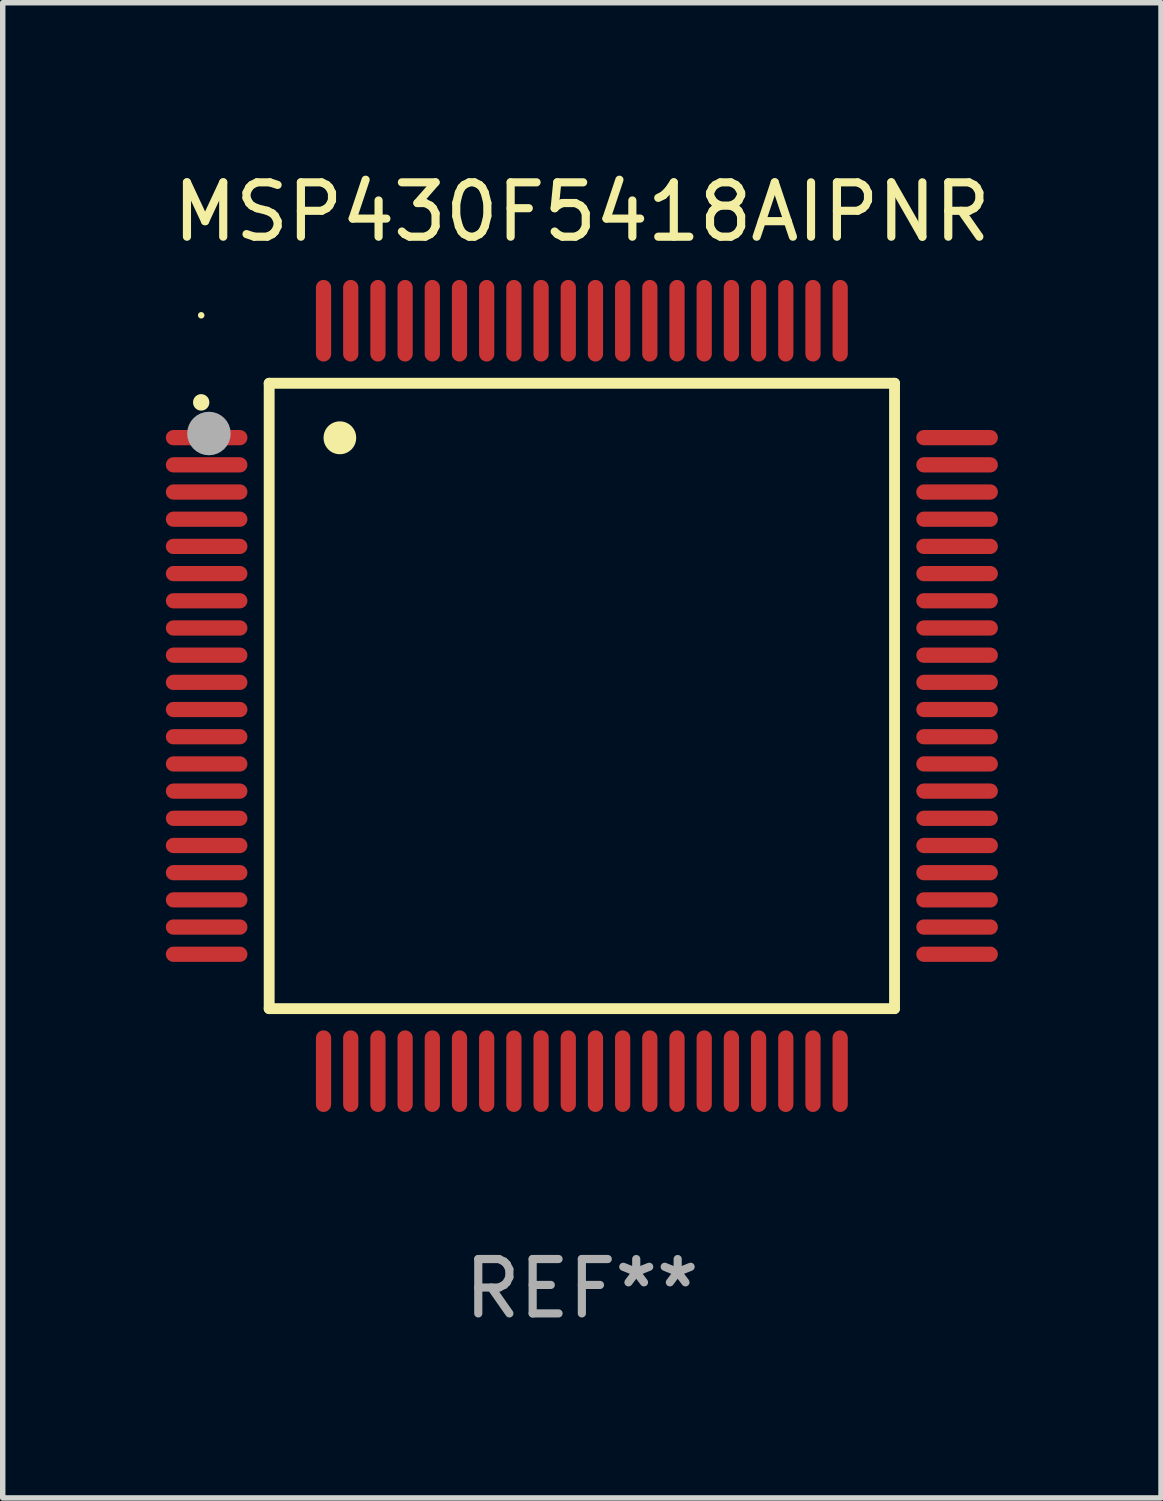
<source format=kicad_pcb>
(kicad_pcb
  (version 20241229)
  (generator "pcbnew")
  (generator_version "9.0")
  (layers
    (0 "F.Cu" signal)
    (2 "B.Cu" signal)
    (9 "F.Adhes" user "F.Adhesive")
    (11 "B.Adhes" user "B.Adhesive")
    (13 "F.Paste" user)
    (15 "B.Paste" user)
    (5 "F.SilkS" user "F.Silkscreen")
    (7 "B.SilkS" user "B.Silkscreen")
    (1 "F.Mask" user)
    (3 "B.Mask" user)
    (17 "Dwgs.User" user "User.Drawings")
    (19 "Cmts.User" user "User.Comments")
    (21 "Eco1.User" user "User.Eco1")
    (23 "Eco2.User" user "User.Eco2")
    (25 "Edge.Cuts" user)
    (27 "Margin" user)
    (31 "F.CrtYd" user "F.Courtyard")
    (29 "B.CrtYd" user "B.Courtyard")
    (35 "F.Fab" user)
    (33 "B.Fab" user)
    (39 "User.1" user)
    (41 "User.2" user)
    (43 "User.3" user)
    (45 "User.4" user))
  (footprint "MSP430F5418AIPNR"
    (layer "F.Cu")
    (at 7.65 9.748)
    (property "Reference" "MSP430F5418AIPNR" (at 0 -8.9 0) (layer "F.SilkS") (effects (font (size 1 1) (thickness 0.15))))
    (attr through_hole)
    (fp_line (start -5.75 -5.75) (end 5.75 -5.75) (stroke (width 0.2) (type solid)) (layer "F.SilkS"))
    (fp_line (start -5.75 5.75) (end -5.75 -5.75) (stroke (width 0.2) (type solid)) (layer "F.SilkS"))
    (fp_line (start 5.75 -5.75) (end 5.75 5.75) (stroke (width 0.2) (type solid)) (layer "F.SilkS"))
    (fp_line (start 5.75 5.75) (end -5.75 5.75) (stroke (width 0.2) (type solid)) (layer "F.SilkS"))
    (fp_arc (start -7.000229 -5.397435) (mid -7.000234 -5.398705) (end -7.000229 -5.399975) (stroke (width 0.3) (type solid)) (layer "F.SilkS"))
    (fp_arc (start -4.450064 -4.744653) (mid -4.450075 -4.747193) (end -4.450064 -4.749733) (stroke (width 0.6) (type solid)) (layer "F.SilkS"))
    (fp_circle (center -7 -7) (end -6.97 -7) (stroke (width 0.06) (type solid)) (fill no) (layer "F.SilkS"))
    (fp_circle (center -6.858 -4.826) (end -6.658 -4.826) (stroke (width 0.4) (type solid)) (fill no) (layer "F.Fab"))
    (fp_text user "REF**" (at 0 10.9 0) (layer "F.Fab") (effects (font (size 1 1) (thickness 0.15))))
    (pad "1" smd oval (at -6.9 -4.75 90) (size 0.28 1.5) (layers "F.Cu" "F.Mask" "F.Paste"))
    (pad "2" smd oval (at -6.9 -4.25 90) (size 0.28 1.5) (layers "F.Cu" "F.Mask" "F.Paste"))
    (pad "3" smd oval (at -6.9 -3.75 90) (size 0.28 1.5) (layers "F.Cu" "F.Mask" "F.Paste"))
    (pad "4" smd oval (at -6.9 -3.25 90) (size 0.28 1.5) (layers "F.Cu" "F.Mask" "F.Paste"))
    (pad "5" smd oval (at -6.9 -2.75 90) (size 0.28 1.5) (layers "F.Cu" "F.Mask" "F.Paste"))
    (pad "6" smd oval (at -6.9 -2.25 90) (size 0.28 1.5) (layers "F.Cu" "F.Mask" "F.Paste"))
    (pad "7" smd oval (at -6.9 -1.75 90) (size 0.28 1.5) (layers "F.Cu" "F.Mask" "F.Paste"))
    (pad "8" smd oval (at -6.9 -1.25 90) (size 0.28 1.5) (layers "F.Cu" "F.Mask" "F.Paste"))
    (pad "9" smd oval (at -6.9 -0.75 90) (size 0.28 1.5) (layers "F.Cu" "F.Mask" "F.Paste"))
    (pad "10" smd oval (at -6.9 -0.25 90) (size 0.28 1.5) (layers "F.Cu" "F.Mask" "F.Paste"))
    (pad "11" smd oval (at -6.9 0.25 90) (size 0.28 1.5) (layers "F.Cu" "F.Mask" "F.Paste"))
    (pad "12" smd oval (at -6.9 0.75 90) (size 0.28 1.5) (layers "F.Cu" "F.Mask" "F.Paste"))
    (pad "13" smd oval (at -6.9 1.25 90) (size 0.28 1.5) (layers "F.Cu" "F.Mask" "F.Paste"))
    (pad "14" smd oval (at -6.9 1.75 90) (size 0.28 1.5) (layers "F.Cu" "F.Mask" "F.Paste"))
    (pad "15" smd oval (at -6.9 2.25 90) (size 0.28 1.5) (layers "F.Cu" "F.Mask" "F.Paste"))
    (pad "16" smd oval (at -6.9 2.75 90) (size 0.28 1.5) (layers "F.Cu" "F.Mask" "F.Paste"))
    (pad "17" smd oval (at -6.9 3.25 90) (size 0.28 1.5) (layers "F.Cu" "F.Mask" "F.Paste"))
    (pad "18" smd oval (at -6.9 3.75 90) (size 0.28 1.5) (layers "F.Cu" "F.Mask" "F.Paste"))
    (pad "19" smd oval (at -6.9 4.25 90) (size 0.28 1.5) (layers "F.Cu" "F.Mask" "F.Paste"))
    (pad "20" smd oval (at -6.9 4.75 270) (size 0.28 1.5) (layers "F.Cu" "F.Mask" "F.Paste"))
    (pad "21" smd oval (at -4.75 6.9 180) (size 0.28 1.5) (layers "F.Cu" "F.Mask" "F.Paste"))
    (pad "22" smd oval (at -4.25 6.9) (size 0.28 1.5) (layers "F.Cu" "F.Mask" "F.Paste"))
    (pad "23" smd oval (at -3.75 6.9) (size 0.28 1.5) (layers "F.Cu" "F.Mask" "F.Paste"))
    (pad "24" smd oval (at -3.25 6.9) (size 0.28 1.5) (layers "F.Cu" "F.Mask" "F.Paste"))
    (pad "25" smd oval (at -2.75 6.9) (size 0.28 1.5) (layers "F.Cu" "F.Mask" "F.Paste"))
    (pad "26" smd oval (at -2.25 6.9) (size 0.28 1.5) (layers "F.Cu" "F.Mask" "F.Paste"))
    (pad "27" smd oval (at -1.75 6.9) (size 0.28 1.5) (layers "F.Cu" "F.Mask" "F.Paste"))
    (pad "28" smd oval (at -1.25 6.9) (size 0.28 1.5) (layers "F.Cu" "F.Mask" "F.Paste"))
    (pad "29" smd oval (at -0.75 6.9) (size 0.28 1.5) (layers "F.Cu" "F.Mask" "F.Paste"))
    (pad "30" smd oval (at -0.25 6.9) (size 0.28 1.5) (layers "F.Cu" "F.Mask" "F.Paste"))
    (pad "31" smd oval (at 0.25 6.9) (size 0.28 1.5) (layers "F.Cu" "F.Mask" "F.Paste"))
    (pad "32" smd oval (at 0.75 6.9) (size 0.28 1.5) (layers "F.Cu" "F.Mask" "F.Paste"))
    (pad "33" smd oval (at 1.25 6.9) (size 0.28 1.5) (layers "F.Cu" "F.Mask" "F.Paste"))
    (pad "34" smd oval (at 1.75 6.9) (size 0.28 1.5) (layers "F.Cu" "F.Mask" "F.Paste"))
    (pad "35" smd oval (at 2.25 6.9) (size 0.28 1.5) (layers "F.Cu" "F.Mask" "F.Paste"))
    (pad "36" smd oval (at 2.75 6.9) (size 0.28 1.5) (layers "F.Cu" "F.Mask" "F.Paste"))
    (pad "37" smd oval (at 3.25 6.9) (size 0.28 1.5) (layers "F.Cu" "F.Mask" "F.Paste"))
    (pad "38" smd oval (at 3.75 6.9) (size 0.28 1.5) (layers "F.Cu" "F.Mask" "F.Paste"))
    (pad "39" smd oval (at 4.25 6.9) (size 0.28 1.5) (layers "F.Cu" "F.Mask" "F.Paste"))
    (pad "40" smd oval (at 4.75 6.9) (size 0.28 1.5) (layers "F.Cu" "F.Mask" "F.Paste"))
    (pad "41" smd oval (at 6.9 4.75 270) (size 0.28 1.5) (layers "F.Cu" "F.Mask" "F.Paste"))
    (pad "42" smd oval (at 6.9 4.25 90) (size 0.28 1.5) (layers "F.Cu" "F.Mask" "F.Paste"))
    (pad "43" smd oval (at 6.9 3.75 90) (size 0.28 1.5) (layers "F.Cu" "F.Mask" "F.Paste"))
    (pad "44" smd oval (at 6.9 3.25 90) (size 0.28 1.5) (layers "F.Cu" "F.Mask" "F.Paste"))
    (pad "45" smd oval (at 6.9 2.75 90) (size 0.28 1.5) (layers "F.Cu" "F.Mask" "F.Paste"))
    (pad "46" smd oval (at 6.9 2.25 90) (size 0.28 1.5) (layers "F.Cu" "F.Mask" "F.Paste"))
    (pad "47" smd oval (at 6.9 1.75 90) (size 0.28 1.5) (layers "F.Cu" "F.Mask" "F.Paste"))
    (pad "48" smd oval (at 6.9 1.25 90) (size 0.28 1.5) (layers "F.Cu" "F.Mask" "F.Paste"))
    (pad "49" smd oval (at 6.9 0.75 90) (size 0.28 1.5) (layers "F.Cu" "F.Mask" "F.Paste"))
    (pad "50" smd oval (at 6.9 0.25 90) (size 0.28 1.5) (layers "F.Cu" "F.Mask" "F.Paste"))
    (pad "51" smd oval (at 6.9 -0.25 90) (size 0.28 1.5) (layers "F.Cu" "F.Mask" "F.Paste"))
    (pad "52" smd oval (at 6.9 -0.75 90) (size 0.28 1.5) (layers "F.Cu" "F.Mask" "F.Paste"))
    (pad "53" smd oval (at 6.9 -1.25 90) (size 0.28 1.5) (layers "F.Cu" "F.Mask" "F.Paste"))
    (pad "54" smd oval (at 6.9 -1.75 90) (size 0.28 1.5) (layers "F.Cu" "F.Mask" "F.Paste"))
    (pad "55" smd oval (at 6.9 -2.25 90) (size 0.28 1.5) (layers "F.Cu" "F.Mask" "F.Paste"))
    (pad "56" smd oval (at 6.9 -2.75 90) (size 0.28 1.5) (layers "F.Cu" "F.Mask" "F.Paste"))
    (pad "57" smd oval (at 6.9 -3.25 90) (size 0.28 1.5) (layers "F.Cu" "F.Mask" "F.Paste"))
    (pad "58" smd oval (at 6.9 -3.75 90) (size 0.28 1.5) (layers "F.Cu" "F.Mask" "F.Paste"))
    (pad "59" smd oval (at 6.9 -4.25 90) (size 0.28 1.5) (layers "F.Cu" "F.Mask" "F.Paste"))
    (pad "60" smd oval (at 6.9 -4.75 90) (size 0.28 1.5) (layers "F.Cu" "F.Mask" "F.Paste"))
    (pad "61" smd oval (at 4.75 -6.9) (size 0.28 1.5) (layers "F.Cu" "F.Mask" "F.Paste"))
    (pad "62" smd oval (at 4.25 -6.9) (size 0.28 1.5) (layers "F.Cu" "F.Mask" "F.Paste"))
    (pad "63" smd oval (at 3.75 -6.9) (size 0.28 1.5) (layers "F.Cu" "F.Mask" "F.Paste"))
    (pad "64" smd oval (at 3.25 -6.9) (size 0.28 1.5) (layers "F.Cu" "F.Mask" "F.Paste"))
    (pad "65" smd oval (at 2.75 -6.9) (size 0.28 1.5) (layers "F.Cu" "F.Mask" "F.Paste"))
    (pad "66" smd oval (at 2.25 -6.9) (size 0.28 1.5) (layers "F.Cu" "F.Mask" "F.Paste"))
    (pad "67" smd oval (at 1.75 -6.9) (size 0.28 1.5) (layers "F.Cu" "F.Mask" "F.Paste"))
    (pad "68" smd oval (at 1.25 -6.9) (size 0.28 1.5) (layers "F.Cu" "F.Mask" "F.Paste"))
    (pad "69" smd oval (at 0.75 -6.9) (size 0.28 1.5) (layers "F.Cu" "F.Mask" "F.Paste"))
    (pad "70" smd oval (at 0.25 -6.9) (size 0.28 1.5) (layers "F.Cu" "F.Mask" "F.Paste"))
    (pad "71" smd oval (at -0.25 -6.9) (size 0.28 1.5) (layers "F.Cu" "F.Mask" "F.Paste"))
    (pad "72" smd oval (at -0.75 -6.9) (size 0.28 1.5) (layers "F.Cu" "F.Mask" "F.Paste"))
    (pad "73" smd oval (at -1.25 -6.9) (size 0.28 1.5) (layers "F.Cu" "F.Mask" "F.Paste"))
    (pad "74" smd oval (at -1.75 -6.9) (size 0.28 1.5) (layers "F.Cu" "F.Mask" "F.Paste"))
    (pad "75" smd oval (at -2.25 -6.9) (size 0.28 1.5) (layers "F.Cu" "F.Mask" "F.Paste"))
    (pad "76" smd oval (at -2.75 -6.9) (size 0.28 1.5) (layers "F.Cu" "F.Mask" "F.Paste"))
    (pad "77" smd oval (at -3.25 -6.9) (size 0.28 1.5) (layers "F.Cu" "F.Mask" "F.Paste"))
    (pad "78" smd oval (at -3.75 -6.9) (size 0.28 1.5) (layers "F.Cu" "F.Mask" "F.Paste"))
    (pad "79" smd oval (at -4.25 -6.9) (size 0.28 1.5) (layers "F.Cu" "F.Mask" "F.Paste"))
    (pad "80" smd oval (at -4.75 -6.9 180) (size 0.28 1.5) (layers "F.Cu" "F.Mask" "F.Paste")))
  (gr_rect
    (start -3 -3)
    (end 18.3 24.496)
    (stroke (width 0.1) (type default))
    (fill no)
    (layer "Edge.Cuts")))
</source>
